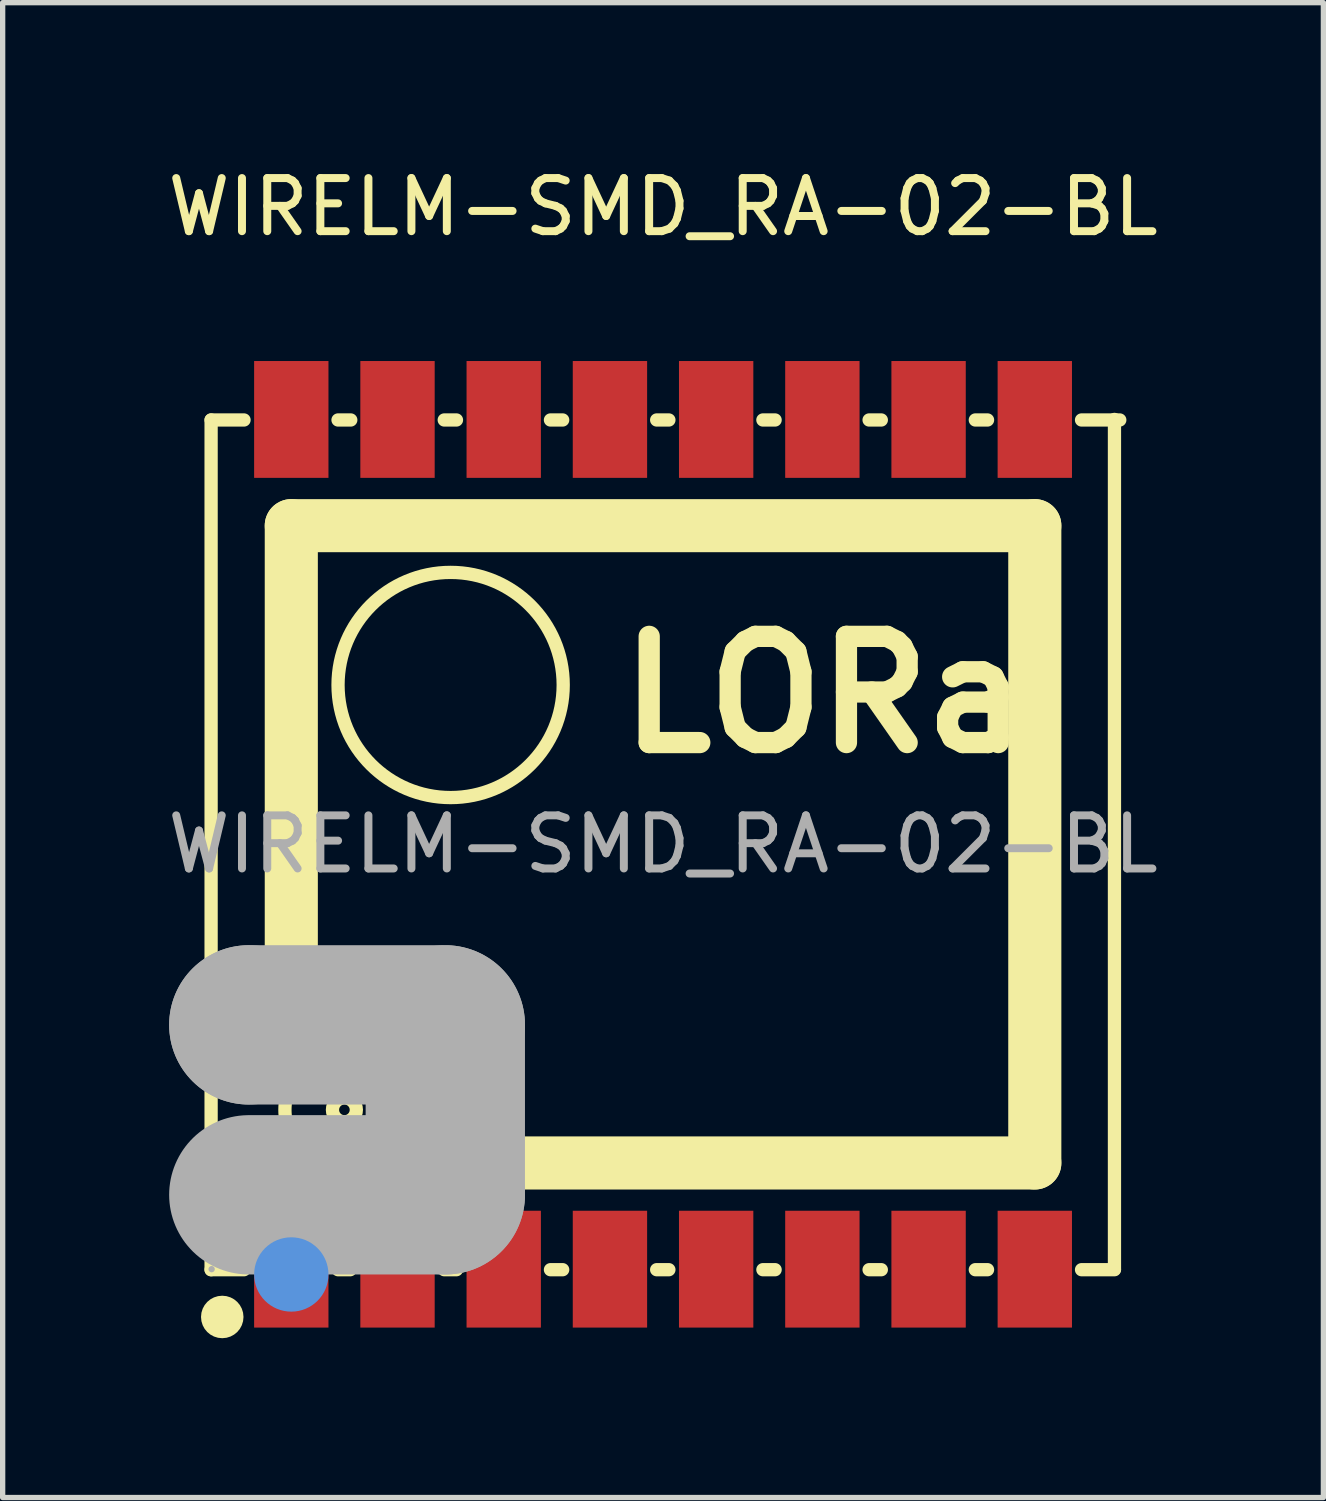
<source format=kicad_pcb>
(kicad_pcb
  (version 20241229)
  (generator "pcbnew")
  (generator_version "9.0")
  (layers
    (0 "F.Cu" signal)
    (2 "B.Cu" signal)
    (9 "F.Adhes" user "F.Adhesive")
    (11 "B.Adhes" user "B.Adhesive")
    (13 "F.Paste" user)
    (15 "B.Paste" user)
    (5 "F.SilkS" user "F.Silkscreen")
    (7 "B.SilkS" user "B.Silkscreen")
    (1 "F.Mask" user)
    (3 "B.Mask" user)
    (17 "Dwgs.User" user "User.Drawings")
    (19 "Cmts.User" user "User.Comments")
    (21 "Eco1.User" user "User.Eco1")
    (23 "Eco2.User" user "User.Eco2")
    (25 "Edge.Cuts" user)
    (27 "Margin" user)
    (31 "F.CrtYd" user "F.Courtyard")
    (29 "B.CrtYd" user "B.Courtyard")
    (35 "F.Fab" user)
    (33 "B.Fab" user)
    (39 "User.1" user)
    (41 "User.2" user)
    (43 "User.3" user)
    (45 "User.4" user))
  (footprint "WIRELM-SMD_RA-02-BL"
    (layer "F.Cu")
    (at 9.435 12.848)
    (property "Reference" "WIRELM-SMD_RA-02-BL" (at 0 -12 0) (layer "F.SilkS") (effects (font (size 1 1) (thickness 0.15))))
    (attr smd)
    (fp_line (start -8.51 -7.99) (end -8.51 8.01) (stroke (width 0.25) (type solid)) (layer "F.SilkS"))
    (fp_line (start -8.51 -7.99) (end -7.89 -7.99) (stroke (width 0.25) (type solid)) (layer "F.SilkS"))
    (fp_line (start -8.51 8.01) (end -7.89 8.01) (stroke (width 0.25) (type solid)) (layer "F.SilkS"))
    (fp_line (start -7 -6) (end 7 -6) (stroke (width 1) (type solid)) (layer "F.SilkS"))
    (fp_line (start -7 2) (end -7 -6) (stroke (width 1) (type solid)) (layer "F.SilkS"))
    (fp_line (start -6.12 -7.99) (end -5.88 -7.99) (stroke (width 0.25) (type solid)) (layer "F.SilkS"))
    (fp_line (start -6.12 8.01) (end -5.89 8.01) (stroke (width 0.25) (type solid)) (layer "F.SilkS"))
    (fp_line (start -4.12 -7.99) (end -3.89 -7.99) (stroke (width 0.25) (type solid)) (layer "F.SilkS"))
    (fp_line (start -4.12 8.01) (end -3.89 8.01) (stroke (width 0.25) (type solid)) (layer "F.SilkS"))
    (fp_line (start -2.12 -7.99) (end -1.89 -7.99) (stroke (width 0.25) (type solid)) (layer "F.SilkS"))
    (fp_line (start -2.12 8.01) (end -1.89 8.01) (stroke (width 0.25) (type solid)) (layer "F.SilkS"))
    (fp_line (start -0.12 -7.99) (end 0.11 -7.99) (stroke (width 0.25) (type solid)) (layer "F.SilkS"))
    (fp_line (start -0.12 8.01) (end 0.11 8.01) (stroke (width 0.25) (type solid)) (layer "F.SilkS"))
    (fp_line (start 1.88 -7.99) (end 2.11 -7.99) (stroke (width 0.25) (type solid)) (layer "F.SilkS"))
    (fp_line (start 1.88 8.01) (end 2.11 8.01) (stroke (width 0.25) (type solid)) (layer "F.SilkS"))
    (fp_line (start 3.88 -7.99) (end 4.11 -7.99) (stroke (width 0.25) (type solid)) (layer "F.SilkS"))
    (fp_line (start 3.88 8.01) (end 4.11 8.01) (stroke (width 0.25) (type solid)) (layer "F.SilkS"))
    (fp_line (start 5.88 -7.99) (end 6.11 -7.99) (stroke (width 0.25) (type solid)) (layer "F.SilkS"))
    (fp_line (start 5.88 8.01) (end 6.11 8.01) (stroke (width 0.25) (type solid)) (layer "F.SilkS"))
    (fp_line (start 7 -6) (end 7 6) (stroke (width 1) (type solid)) (layer "F.SilkS"))
    (fp_line (start 7 6) (end -3 6) (stroke (width 1) (type solid)) (layer "F.SilkS"))
    (fp_line (start 7.88 -7.99) (end 8.6 -7.99) (stroke (width 0.25) (type solid)) (layer "F.SilkS"))
    (fp_line (start 7.88 8.01) (end 8.5 8.01) (stroke (width 0.25) (type solid)) (layer "F.SilkS"))
    (fp_line (start 8.5 8) (end 8.5 -8) (stroke (width 0.25) (type solid)) (layer "F.SilkS"))
    (fp_circle (center -8.3 8.9) (end -8.1 8.9) (stroke (width 0.4) (type solid)) (fill no) (layer "F.SilkS"))
    (fp_circle (center -6 5) (end -5.9 5) (stroke (width 0.25) (type solid)) (fill no) (layer "F.SilkS"))
    (fp_circle (center -6 5) (end -4.88 5) (stroke (width 0.25) (type solid)) (fill no) (layer "F.SilkS"))
    (fp_circle (center -4 -3) (end -1.88 -3) (stroke (width 0.25) (type solid)) (fill no) (layer "F.SilkS"))
    (fp_circle (center -7 8.1) (end -6.65 8.1) (stroke (width 0.7) (type solid)) (fill no) (layer "Cmts.User"))
    (fp_line (start -7.8 3.4) (end -7.8 3.4) (stroke (width 3) (type solid)) (layer "F.Fab"))
    (fp_line (start -7.8 3.4) (end -4.1 3.4) (stroke (width 3) (type solid)) (layer "F.Fab"))
    (fp_line (start -4.1 3.4) (end -4.1 6.6) (stroke (width 3) (type solid)) (layer "F.Fab"))
    (fp_line (start -4.1 6.6) (end -7.8 6.6) (stroke (width 3) (type solid)) (layer "F.Fab"))
    (fp_circle (center -8.5 8) (end -8.47 8) (stroke (width 0.06) (type solid)) (fill no) (layer "F.Fab"))
    (fp_text user "LORa" (at -1 -2.82 0) (layer "F.SilkS") (effects (font (size 2 2) (thickness 0.4)) (justify left)))
    (fp_text user "${REFERENCE}" (at 0 0 0) (layer "F.Fab") (effects (font (size 1 1) (thickness 0.15))))
    (pad "1" smd rect (at -7 8 90) (size 2.2 1.4) (layers "F.Cu" "F.Mask" "F.Paste"))
    (pad "2" smd rect (at -5 8 90) (size 2.2 1.4) (layers "F.Cu" "F.Mask" "F.Paste"))
    (pad "3" smd rect (at -3 8 90) (size 2.2 1.4) (layers "F.Cu" "F.Mask" "F.Paste"))
    (pad "4" smd rect (at -1 8 90) (size 2.2 1.4) (layers "F.Cu" "F.Mask" "F.Paste"))
    (pad "5" smd rect (at 1 8 90) (size 2.2 1.4) (layers "F.Cu" "F.Mask" "F.Paste"))
    (pad "6" smd rect (at 3 8 90) (size 2.2 1.4) (layers "F.Cu" "F.Mask" "F.Paste"))
    (pad "7" smd rect (at 5 8 90) (size 2.2 1.4) (layers "F.Cu" "F.Mask" "F.Paste"))
    (pad "8" smd rect (at 7 8 90) (size 2.2 1.4) (layers "F.Cu" "F.Mask" "F.Paste"))
    (pad "9" smd rect (at 7 -8 90) (size 2.2 1.4) (layers "F.Cu" "F.Mask" "F.Paste"))
    (pad "10" smd rect (at 5 -8 90) (size 2.2 1.4) (layers "F.Cu" "F.Mask" "F.Paste"))
    (pad "11" smd rect (at 3 -8 90) (size 2.2 1.4) (layers "F.Cu" "F.Mask" "F.Paste"))
    (pad "12" smd rect (at 1 -8 90) (size 2.2 1.4) (layers "F.Cu" "F.Mask" "F.Paste"))
    (pad "13" smd rect (at -1 -8 90) (size 2.2 1.4) (layers "F.Cu" "F.Mask" "F.Paste"))
    (pad "14" smd rect (at -3 -8 90) (size 2.2 1.4) (layers "F.Cu" "F.Mask" "F.Paste"))
    (pad "15" smd rect (at -5 -8 90) (size 2.2 1.4) (layers "F.Cu" "F.Mask" "F.Paste"))
    (pad "16" smd rect (at -7 -8 90) (size 2.2 1.4) (layers "F.Cu" "F.Mask" "F.Paste")))
  (gr_rect
    (start -3 -3)
    (end 21.869 25.148)
    (stroke (width 0.1) (type default))
    (fill no)
    (layer "Edge.Cuts")))
</source>
